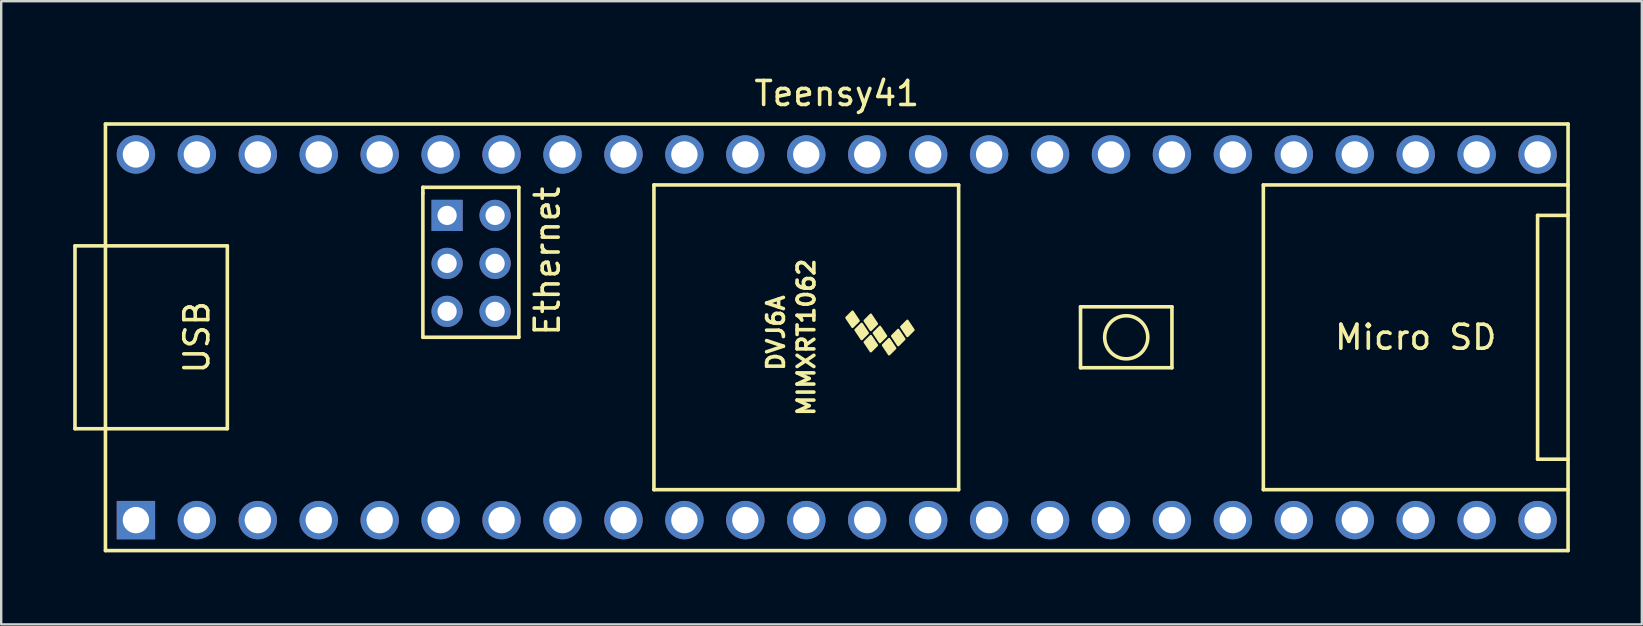
<source format=kicad_pcb>
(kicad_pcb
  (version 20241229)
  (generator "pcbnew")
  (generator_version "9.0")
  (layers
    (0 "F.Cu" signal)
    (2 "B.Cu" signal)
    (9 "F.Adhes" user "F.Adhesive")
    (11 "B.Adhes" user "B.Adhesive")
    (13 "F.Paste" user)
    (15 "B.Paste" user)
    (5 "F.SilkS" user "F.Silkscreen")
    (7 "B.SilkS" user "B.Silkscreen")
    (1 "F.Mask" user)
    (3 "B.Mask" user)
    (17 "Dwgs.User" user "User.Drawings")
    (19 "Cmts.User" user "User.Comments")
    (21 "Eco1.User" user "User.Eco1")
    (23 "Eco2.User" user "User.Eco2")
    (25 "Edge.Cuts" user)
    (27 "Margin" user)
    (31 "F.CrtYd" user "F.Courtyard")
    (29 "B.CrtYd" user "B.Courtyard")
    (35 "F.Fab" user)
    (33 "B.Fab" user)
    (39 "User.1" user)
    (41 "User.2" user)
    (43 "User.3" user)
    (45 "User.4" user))
  (footprint "Teensy41"
    (layer "F.Cu")
    (at 31.825 11.008)
    (property "Reference" "Teensy41" (at 0 -10.16 0) (layer "F.SilkS") (effects (font (size 1 1) (thickness 0.15))))
    (attr through_hole)
    (fp_line (start -31.75 -3.81) (end -30.48 -3.81) (stroke (width 0.15) (type solid)) (layer "F.SilkS"))
    (fp_line (start -31.75 3.81) (end -31.75 -3.81) (stroke (width 0.15) (type solid)) (layer "F.SilkS"))
    (fp_line (start -30.48 -8.89) (end 30.48 -8.89) (stroke (width 0.15) (type solid)) (layer "F.SilkS"))
    (fp_line (start -30.48 3.81) (end -31.75 3.81) (stroke (width 0.15) (type solid)) (layer "F.SilkS"))
    (fp_line (start -30.48 8.89) (end -30.48 -8.89) (stroke (width 0.15) (type solid)) (layer "F.SilkS"))
    (fp_line (start -25.4 -3.81) (end -30.48 -3.81) (stroke (width 0.15) (type solid)) (layer "F.SilkS"))
    (fp_line (start -25.4 3.81) (end -30.48 3.81) (stroke (width 0.15) (type solid)) (layer "F.SilkS"))
    (fp_line (start -25.4 3.81) (end -25.4 -3.81) (stroke (width 0.15) (type solid)) (layer "F.SilkS"))
    (fp_line (start -17.25 -6.25) (end -17.25 -6) (stroke (width 0.15) (type solid)) (layer "F.SilkS"))
    (fp_line (start -17.25 -6) (end -17.25 0) (stroke (width 0.15) (type solid)) (layer "F.SilkS"))
    (fp_line (start -17.25 0) (end -13.25 0) (stroke (width 0.15) (type solid)) (layer "F.SilkS"))
    (fp_line (start -13.25 -6.25) (end -17.25 -6.25) (stroke (width 0.15) (type solid)) (layer "F.SilkS"))
    (fp_line (start -13.25 0) (end -13.25 -6.25) (stroke (width 0.15) (type solid)) (layer "F.SilkS"))
    (fp_line (start -7.62 -6.35) (end -7.62 6.35) (stroke (width 0.15) (type solid)) (layer "F.SilkS"))
    (fp_line (start -7.62 6.35) (end 5.08 6.35) (stroke (width 0.15) (type solid)) (layer "F.SilkS"))
    (fp_line (start 5.08 -6.35) (end -7.62 -6.35) (stroke (width 0.15) (type solid)) (layer "F.SilkS"))
    (fp_line (start 5.08 6.35) (end 5.08 -6.35) (stroke (width 0.15) (type solid)) (layer "F.SilkS"))
    (fp_line (start 10.16 -1.27) (end 13.97 -1.27) (stroke (width 0.15) (type solid)) (layer "F.SilkS"))
    (fp_line (start 10.16 1.27) (end 10.16 -1.27) (stroke (width 0.15) (type solid)) (layer "F.SilkS"))
    (fp_line (start 13.97 -1.27) (end 13.97 1.27) (stroke (width 0.15) (type solid)) (layer "F.SilkS"))
    (fp_line (start 13.97 1.27) (end 10.16 1.27) (stroke (width 0.15) (type solid)) (layer "F.SilkS"))
    (fp_line (start 17.78 -6.35) (end 17.78 6.35) (stroke (width 0.15) (type solid)) (layer "F.SilkS"))
    (fp_line (start 17.78 6.35) (end 30.48 6.35) (stroke (width 0.15) (type solid)) (layer "F.SilkS"))
    (fp_line (start 29.21 -5.08) (end 29.21 5.08) (stroke (width 0.15) (type solid)) (layer "F.SilkS"))
    (fp_line (start 29.21 5.08) (end 30.48 5.08) (stroke (width 0.15) (type solid)) (layer "F.SilkS"))
    (fp_line (start 30.48 -8.89) (end 30.48 8.89) (stroke (width 0.15) (type solid)) (layer "F.SilkS"))
    (fp_line (start 30.48 -6.35) (end 17.78 -6.35) (stroke (width 0.15) (type solid)) (layer "F.SilkS"))
    (fp_line (start 30.48 -5.08) (end 29.21 -5.08) (stroke (width 0.15) (type solid)) (layer "F.SilkS"))
    (fp_line (start 30.48 8.89) (end -30.48 8.89) (stroke (width 0.15) (type solid)) (layer "F.SilkS"))
    (fp_circle (center 12.065 0) (end 12.7 -0.635) (stroke (width 0.15) (type solid)) (fill no) (layer "F.SilkS"))
    (fp_poly (pts (xy 0.911 -0.688) (xy 0.657 -0.434) (xy 0.403 -0.815) (xy 0.657 -1.069)) (stroke (width 0.1) (type solid)) (fill yes) (layer "F.SilkS"))
    (fp_poly (pts (xy 1.292 -0.18) (xy 1.038 0.074) (xy 0.784 -0.307) (xy 1.038 -0.561)) (stroke (width 0.1) (type solid)) (fill yes) (layer "F.SilkS"))
    (fp_poly (pts (xy 1.673 -0.561) (xy 1.419 -0.307) (xy 1.165 -0.688) (xy 1.419 -0.942)) (stroke (width 0.1) (type solid)) (fill yes) (layer "F.SilkS"))
    (fp_poly (pts (xy 1.673 0.328) (xy 1.419 0.582) (xy 1.165 0.201) (xy 1.419 -0.053)) (stroke (width 0.1) (type solid)) (fill yes) (layer "F.SilkS"))
    (fp_poly (pts (xy 2.054 -0.053) (xy 1.8 0.201) (xy 1.546 -0.18) (xy 1.8 -0.434)) (stroke (width 0.1) (type solid)) (fill yes) (layer "F.SilkS"))
    (fp_poly (pts (xy 2.435 0.455) (xy 2.181 0.709) (xy 1.927 0.328) (xy 2.181 0.074)) (stroke (width 0.1) (type solid)) (fill yes) (layer "F.SilkS"))
    (fp_poly (pts (xy 2.816 0.074) (xy 2.562 0.328) (xy 2.308 -0.053) (xy 2.562 -0.307)) (stroke (width 0.1) (type solid)) (fill yes) (layer "F.SilkS"))
    (fp_poly (pts (xy 3.197 -0.307) (xy 2.943 -0.053) (xy 2.689 -0.434) (xy 2.943 -0.688)) (stroke (width 0.1) (type solid)) (fill yes) (layer "F.SilkS"))
    (fp_text user "Micro SD" (at 24.13 0 0) (layer "F.SilkS") (effects (font (size 1 1) (thickness 0.15))))
    (fp_text user "Ethernet" (at -12.065 -3.175 90) (layer "F.SilkS") (effects (font (size 1 1) (thickness 0.15))))
    (fp_text user "DVJ6A" (at -2.54 -0.18 270) (layer "F.SilkS") (effects (font (size 0.7 0.7) (thickness 0.15))))
    (fp_text user "USB" (at -26.67 0 270) (layer "F.SilkS") (effects (font (size 1 1) (thickness 0.15))))
    (fp_text user "MIMXRT1062" (at -1.27 0 270) (layer "F.SilkS") (effects (font (size 0.7 0.7) (thickness 0.15))))
    (pad "1" thru_hole rect (at -29.21 7.62) (size 1.6 1.6) (drill 1.1) (layers "*.Cu" "*.Mask"))
    (pad "2" thru_hole circle (at -26.67 7.62) (size 1.6 1.6) (drill 1.1) (layers "*.Cu" "*.Mask"))
    (pad "3" thru_hole circle (at -24.13 7.62) (size 1.6 1.6) (drill 1.1) (layers "*.Cu" "*.Mask"))
    (pad "4" thru_hole circle (at -21.59 7.62) (size 1.6 1.6) (drill 1.1) (layers "*.Cu" "*.Mask"))
    (pad "5" thru_hole circle (at -19.05 7.62) (size 1.6 1.6) (drill 1.1) (layers "*.Cu" "*.Mask"))
    (pad "6" thru_hole circle (at -16.51 7.62) (size 1.6 1.6) (drill 1.1) (layers "*.Cu" "*.Mask"))
    (pad "7" thru_hole circle (at -13.97 7.62) (size 1.6 1.6) (drill 1.1) (layers "*.Cu" "*.Mask"))
    (pad "8" thru_hole circle (at -11.43 7.62) (size 1.6 1.6) (drill 1.1) (layers "*.Cu" "*.Mask"))
    (pad "9" thru_hole circle (at -8.89 7.62) (size 1.6 1.6) (drill 1.1) (layers "*.Cu" "*.Mask"))
    (pad "10" thru_hole circle (at -6.35 7.62) (size 1.6 1.6) (drill 1.1) (layers "*.Cu" "*.Mask"))
    (pad "11" thru_hole circle (at -3.81 7.62) (size 1.6 1.6) (drill 1.1) (layers "*.Cu" "*.Mask"))
    (pad "12" thru_hole circle (at -1.27 7.62) (size 1.6 1.6) (drill 1.1) (layers "*.Cu" "*.Mask"))
    (pad "13" thru_hole circle (at 1.27 7.62) (size 1.6 1.6) (drill 1.1) (layers "*.Cu" "*.Mask"))
    (pad "14" thru_hole circle (at 3.81 7.62) (size 1.6 1.6) (drill 1.1) (layers "*.Cu" "*.Mask"))
    (pad "15" thru_hole circle (at 6.35 7.62) (size 1.6 1.6) (drill 1.1) (layers "*.Cu" "*.Mask"))
    (pad "16" thru_hole circle (at 8.89 7.62) (size 1.6 1.6) (drill 1.1) (layers "*.Cu" "*.Mask"))
    (pad "17" thru_hole circle (at 11.43 7.62) (size 1.6 1.6) (drill 1.1) (layers "*.Cu" "*.Mask"))
    (pad "18" thru_hole circle (at 13.97 7.62) (size 1.6 1.6) (drill 1.1) (layers "*.Cu" "*.Mask"))
    (pad "19" thru_hole circle (at 16.51 7.62) (size 1.6 1.6) (drill 1.1) (layers "*.Cu" "*.Mask"))
    (pad "20" thru_hole circle (at 19.05 7.62) (size 1.6 1.6) (drill 1.1) (layers "*.Cu" "*.Mask"))
    (pad "21" thru_hole circle (at 21.59 7.62) (size 1.6 1.6) (drill 1.1) (layers "*.Cu" "*.Mask"))
    (pad "22" thru_hole circle (at 24.13 7.62) (size 1.6 1.6) (drill 1.1) (layers "*.Cu" "*.Mask"))
    (pad "23" thru_hole circle (at 26.67 7.62) (size 1.6 1.6) (drill 1.1) (layers "*.Cu" "*.Mask"))
    (pad "24" thru_hole circle (at 29.21 7.62) (size 1.6 1.6) (drill 1.1) (layers "*.Cu" "*.Mask"))
    (pad "25" thru_hole circle (at 29.21 -7.62) (size 1.6 1.6) (drill 1.1) (layers "*.Cu" "*.Mask"))
    (pad "26" thru_hole circle (at 26.67 -7.62) (size 1.6 1.6) (drill 1.1) (layers "*.Cu" "*.Mask"))
    (pad "27" thru_hole circle (at 24.13 -7.62) (size 1.6 1.6) (drill 1.1) (layers "*.Cu" "*.Mask"))
    (pad "28" thru_hole circle (at 21.59 -7.62) (size 1.6 1.6) (drill 1.1) (layers "*.Cu" "*.Mask"))
    (pad "29" thru_hole circle (at 19.05 -7.62) (size 1.6 1.6) (drill 1.1) (layers "*.Cu" "*.Mask"))
    (pad "30" thru_hole circle (at 16.51 -7.62) (size 1.6 1.6) (drill 1.1) (layers "*.Cu" "*.Mask"))
    (pad "31" thru_hole circle (at 13.97 -7.62) (size 1.6 1.6) (drill 1.1) (layers "*.Cu" "*.Mask"))
    (pad "32" thru_hole circle (at 11.43 -7.62) (size 1.6 1.6) (drill 1.1) (layers "*.Cu" "*.Mask"))
    (pad "33" thru_hole circle (at 8.89 -7.62) (size 1.6 1.6) (drill 1.1) (layers "*.Cu" "*.Mask"))
    (pad "34" thru_hole circle (at 6.35 -7.62) (size 1.6 1.6) (drill 1.1) (layers "*.Cu" "*.Mask"))
    (pad "35" thru_hole circle (at 3.81 -7.62) (size 1.6 1.6) (drill 1.1) (layers "*.Cu" "*.Mask"))
    (pad "36" thru_hole circle (at 1.27 -7.62) (size 1.6 1.6) (drill 1.1) (layers "*.Cu" "*.Mask"))
    (pad "37" thru_hole circle (at -1.27 -7.62) (size 1.6 1.6) (drill 1.1) (layers "*.Cu" "*.Mask"))
    (pad "38" thru_hole circle (at -3.81 -7.62) (size 1.6 1.6) (drill 1.1) (layers "*.Cu" "*.Mask"))
    (pad "39" thru_hole circle (at -6.35 -7.62) (size 1.6 1.6) (drill 1.1) (layers "*.Cu" "*.Mask"))
    (pad "40" thru_hole circle (at -8.89 -7.62) (size 1.6 1.6) (drill 1.1) (layers "*.Cu" "*.Mask"))
    (pad "41" thru_hole circle (at -11.43 -7.62) (size 1.6 1.6) (drill 1.1) (layers "*.Cu" "*.Mask"))
    (pad "42" thru_hole circle (at -13.97 -7.62) (size 1.6 1.6) (drill 1.1) (layers "*.Cu" "*.Mask"))
    (pad "43" thru_hole circle (at -16.51 -7.62) (size 1.6 1.6) (drill 1.1) (layers "*.Cu" "*.Mask"))
    (pad "44" thru_hole circle (at -19.05 -7.62) (size 1.6 1.6) (drill 1.1) (layers "*.Cu" "*.Mask"))
    (pad "45" thru_hole circle (at -21.59 -7.62) (size 1.6 1.6) (drill 1.1) (layers "*.Cu" "*.Mask"))
    (pad "46" thru_hole circle (at -24.13 -7.62) (size 1.6 1.6) (drill 1.1) (layers "*.Cu" "*.Mask"))
    (pad "47" thru_hole circle (at -26.67 -7.62) (size 1.6 1.6) (drill 1.1) (layers "*.Cu" "*.Mask"))
    (pad "48" thru_hole circle (at -29.21 -7.62) (size 1.6 1.6) (drill 1.1) (layers "*.Cu" "*.Mask"))
    (pad "60" thru_hole rect (at -16.24 -5.08) (size 1.3 1.3) (drill 0.8) (layers "*.Cu" "*.Mask"))
    (pad "61" thru_hole circle (at -16.24 -3.08) (size 1.3 1.3) (drill 0.8) (layers "*.Cu" "*.Mask"))
    (pad "62" thru_hole circle (at -16.24 -1.08) (size 1.3 1.3) (drill 0.8) (layers "*.Cu" "*.Mask"))
    (pad "63" thru_hole circle (at -14.24 -1.08) (size 1.3 1.3) (drill 0.8) (layers "*.Cu" "*.Mask"))
    (pad "64" thru_hole circle (at -14.24 -3.08) (size 1.3 1.3) (drill 0.8) (layers "*.Cu" "*.Mask"))
    (pad "65" thru_hole circle (at -14.24 -5.08) (size 1.3 1.3) (drill 0.8) (layers "*.Cu" "*.Mask")))
  (gr_rect
    (start -3 -3)
    (end 65.38 22.973)
    (stroke (width 0.1) (type default))
    (fill no)
    (layer "Edge.Cuts")))
</source>
